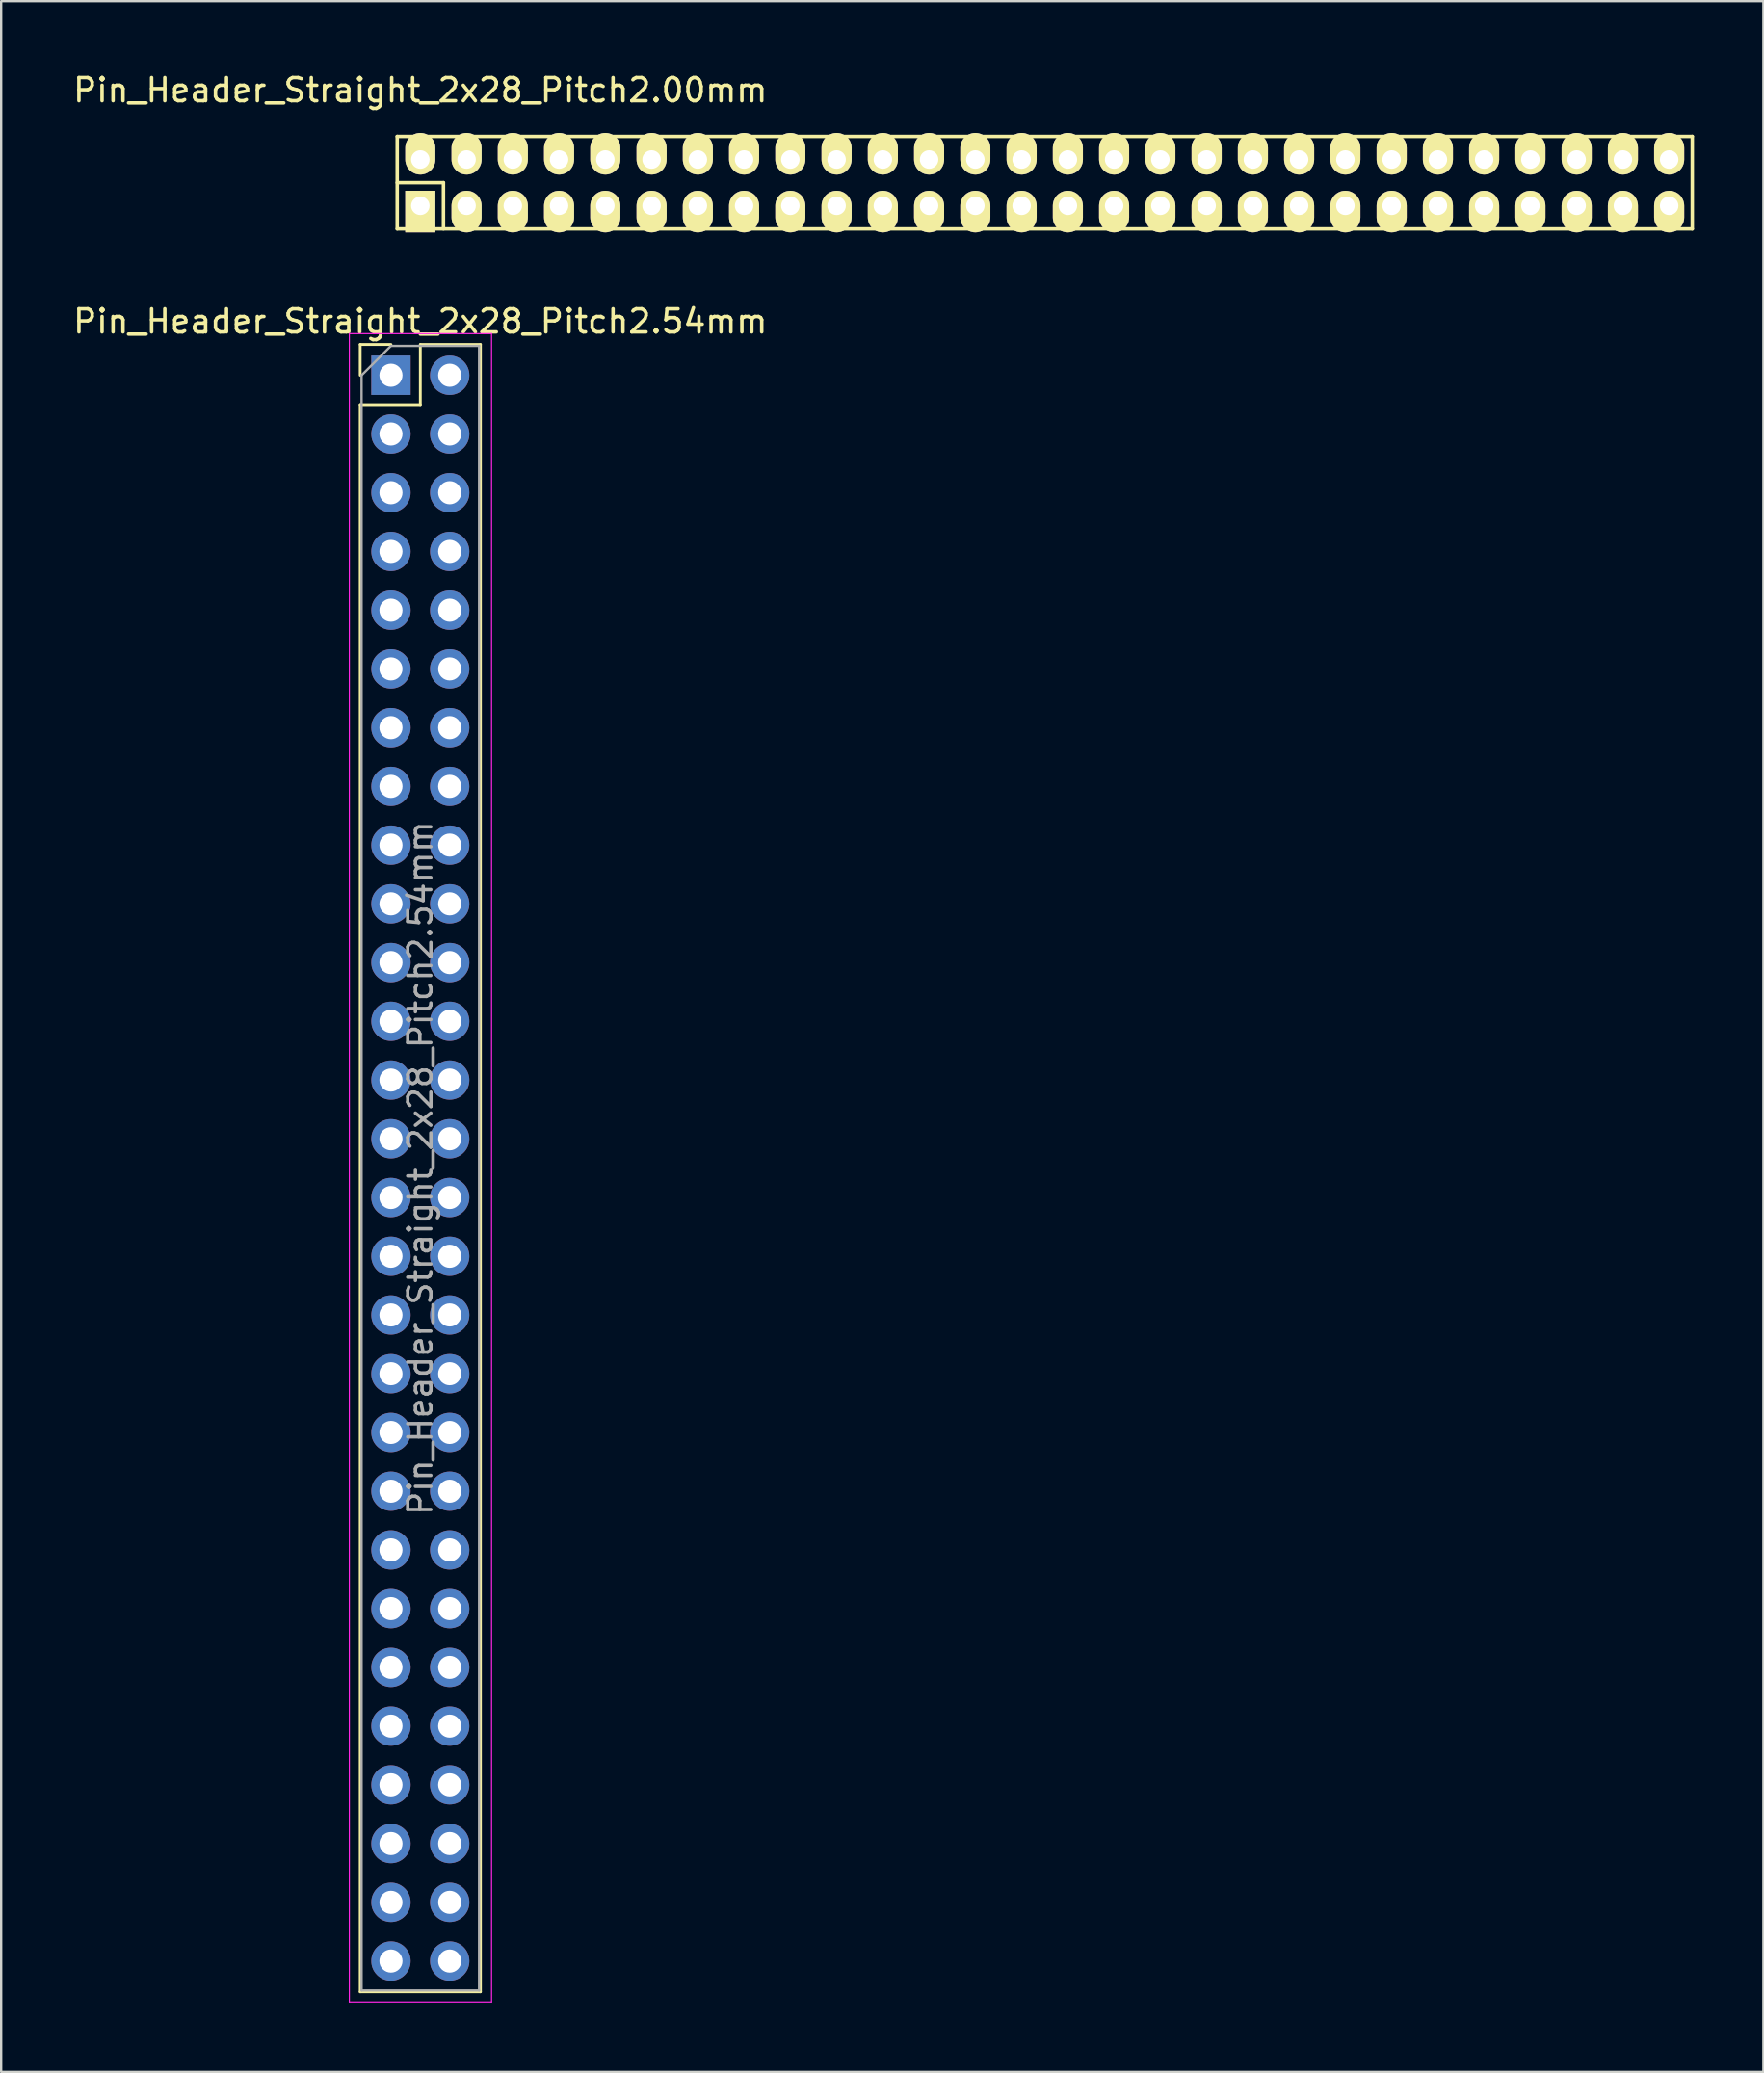
<source format=kicad_pcb>
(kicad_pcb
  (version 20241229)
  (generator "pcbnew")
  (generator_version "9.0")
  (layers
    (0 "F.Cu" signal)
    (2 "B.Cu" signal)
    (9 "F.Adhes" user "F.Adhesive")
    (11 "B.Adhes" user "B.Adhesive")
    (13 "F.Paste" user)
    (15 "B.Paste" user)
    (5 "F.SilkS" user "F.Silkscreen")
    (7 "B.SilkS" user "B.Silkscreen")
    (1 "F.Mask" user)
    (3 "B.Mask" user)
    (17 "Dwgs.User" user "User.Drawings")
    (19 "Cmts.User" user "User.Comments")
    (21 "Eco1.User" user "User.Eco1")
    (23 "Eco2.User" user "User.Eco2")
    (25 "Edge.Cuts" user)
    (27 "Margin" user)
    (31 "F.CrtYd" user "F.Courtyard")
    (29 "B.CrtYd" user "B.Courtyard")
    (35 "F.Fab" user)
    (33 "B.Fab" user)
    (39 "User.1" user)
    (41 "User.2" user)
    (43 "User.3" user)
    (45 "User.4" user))
  (footprint "Pin_Header_Straight_2x28_Pitch2.54mm"
    (layer "F.Cu")
    (at 13.855 13.177)
    (property "Reference" "Pin_Header_Straight_2x28_Pitch2.54mm" (at 1.27 -2.33 0) (layer "F.SilkS") (effects (font (size 1 1) (thickness 0.15))))
    (attr through_hole)
    (fp_line (start -1.33 -1.33) (end 0 -1.33) (stroke (width 0.12) (type solid)) (layer "F.SilkS"))
    (fp_line (start -1.33 0) (end -1.33 -1.33) (stroke (width 0.12) (type solid)) (layer "F.SilkS"))
    (fp_line (start -1.33 1.27) (end -1.33 69.91) (stroke (width 0.12) (type solid)) (layer "F.SilkS"))
    (fp_line (start -1.33 69.91) (end 3.87 69.91) (stroke (width 0.12) (type solid)) (layer "F.SilkS"))
    (fp_line (start 1.27 -1.33) (end 1.27 1.27) (stroke (width 0.12) (type solid)) (layer "F.SilkS"))
    (fp_line (start 1.27 1.27) (end -1.33 1.27) (stroke (width 0.12) (type solid)) (layer "F.SilkS"))
    (fp_line (start 3.87 -1.33) (end 1.27 -1.33) (stroke (width 0.12) (type solid)) (layer "F.SilkS"))
    (fp_line (start 3.87 69.91) (end 3.87 -1.33) (stroke (width 0.12) (type solid)) (layer "F.SilkS"))
    (fp_line (start -1.8 -1.8) (end -1.8 70.35) (stroke (width 0.05) (type solid)) (layer "F.CrtYd"))
    (fp_line (start -1.8 70.35) (end 4.35 70.35) (stroke (width 0.05) (type solid)) (layer "F.CrtYd"))
    (fp_line (start 4.35 -1.8) (end -1.8 -1.8) (stroke (width 0.05) (type solid)) (layer "F.CrtYd"))
    (fp_line (start 4.35 70.35) (end 4.35 -1.8) (stroke (width 0.05) (type solid)) (layer "F.CrtYd"))
    (fp_line (start -1.27 0) (end 0 -1.27) (stroke (width 0.1) (type solid)) (layer "F.Fab"))
    (fp_line (start -1.27 69.85) (end -1.27 0) (stroke (width 0.1) (type solid)) (layer "F.Fab"))
    (fp_line (start 0 -1.27) (end 3.81 -1.27) (stroke (width 0.1) (type solid)) (layer "F.Fab"))
    (fp_line (start 3.81 -1.27) (end 3.81 69.85) (stroke (width 0.1) (type solid)) (layer "F.Fab"))
    (fp_line (start 3.81 69.85) (end -1.27 69.85) (stroke (width 0.1) (type solid)) (layer "F.Fab"))
    (fp_text user "${REFERENCE}" (at 1.27 34.29 90) (layer "F.Fab") (effects (font (size 1 1) (thickness 0.15))))
    (pad "1" thru_hole rect (at 0 0) (size 1.7 1.7) (drill 1) (layers "*.Cu" "*.Mask"))
    (pad "2" thru_hole oval (at 2.54 0) (size 1.7 1.7) (drill 1) (layers "*.Cu" "*.Mask"))
    (pad "3" thru_hole oval (at 0 2.54) (size 1.7 1.7) (drill 1) (layers "*.Cu" "*.Mask"))
    (pad "4" thru_hole oval (at 2.54 2.54) (size 1.7 1.7) (drill 1) (layers "*.Cu" "*.Mask"))
    (pad "5" thru_hole oval (at 0 5.08) (size 1.7 1.7) (drill 1) (layers "*.Cu" "*.Mask"))
    (pad "6" thru_hole oval (at 2.54 5.08) (size 1.7 1.7) (drill 1) (layers "*.Cu" "*.Mask"))
    (pad "7" thru_hole oval (at 0 7.62) (size 1.7 1.7) (drill 1) (layers "*.Cu" "*.Mask"))
    (pad "8" thru_hole oval (at 2.54 7.62) (size 1.7 1.7) (drill 1) (layers "*.Cu" "*.Mask"))
    (pad "9" thru_hole oval (at 0 10.16) (size 1.7 1.7) (drill 1) (layers "*.Cu" "*.Mask"))
    (pad "10" thru_hole oval (at 2.54 10.16) (size 1.7 1.7) (drill 1) (layers "*.Cu" "*.Mask"))
    (pad "11" thru_hole oval (at 0 12.7) (size 1.7 1.7) (drill 1) (layers "*.Cu" "*.Mask"))
    (pad "12" thru_hole oval (at 2.54 12.7) (size 1.7 1.7) (drill 1) (layers "*.Cu" "*.Mask"))
    (pad "13" thru_hole oval (at 0 15.24) (size 1.7 1.7) (drill 1) (layers "*.Cu" "*.Mask"))
    (pad "14" thru_hole oval (at 2.54 15.24) (size 1.7 1.7) (drill 1) (layers "*.Cu" "*.Mask"))
    (pad "15" thru_hole oval (at 0 17.78) (size 1.7 1.7) (drill 1) (layers "*.Cu" "*.Mask"))
    (pad "16" thru_hole oval (at 2.54 17.78) (size 1.7 1.7) (drill 1) (layers "*.Cu" "*.Mask"))
    (pad "17" thru_hole oval (at 0 20.32) (size 1.7 1.7) (drill 1) (layers "*.Cu" "*.Mask"))
    (pad "18" thru_hole oval (at 2.54 20.32) (size 1.7 1.7) (drill 1) (layers "*.Cu" "*.Mask"))
    (pad "19" thru_hole oval (at 0 22.86) (size 1.7 1.7) (drill 1) (layers "*.Cu" "*.Mask"))
    (pad "20" thru_hole oval (at 2.54 22.86) (size 1.7 1.7) (drill 1) (layers "*.Cu" "*.Mask"))
    (pad "21" thru_hole oval (at 0 25.4) (size 1.7 1.7) (drill 1) (layers "*.Cu" "*.Mask"))
    (pad "22" thru_hole oval (at 2.54 25.4) (size 1.7 1.7) (drill 1) (layers "*.Cu" "*.Mask"))
    (pad "23" thru_hole oval (at 0 27.94) (size 1.7 1.7) (drill 1) (layers "*.Cu" "*.Mask"))
    (pad "24" thru_hole oval (at 2.54 27.94) (size 1.7 1.7) (drill 1) (layers "*.Cu" "*.Mask"))
    (pad "25" thru_hole oval (at 0 30.48) (size 1.7 1.7) (drill 1) (layers "*.Cu" "*.Mask"))
    (pad "26" thru_hole oval (at 2.54 30.48) (size 1.7 1.7) (drill 1) (layers "*.Cu" "*.Mask"))
    (pad "27" thru_hole oval (at 0 33.02) (size 1.7 1.7) (drill 1) (layers "*.Cu" "*.Mask"))
    (pad "28" thru_hole oval (at 2.54 33.02) (size 1.7 1.7) (drill 1) (layers "*.Cu" "*.Mask"))
    (pad "29" thru_hole oval (at 0 35.56) (size 1.7 1.7) (drill 1) (layers "*.Cu" "*.Mask"))
    (pad "30" thru_hole oval (at 2.54 35.56) (size 1.7 1.7) (drill 1) (layers "*.Cu" "*.Mask"))
    (pad "31" thru_hole oval (at 0 38.1) (size 1.7 1.7) (drill 1) (layers "*.Cu" "*.Mask"))
    (pad "32" thru_hole oval (at 2.54 38.1) (size 1.7 1.7) (drill 1) (layers "*.Cu" "*.Mask"))
    (pad "33" thru_hole oval (at 0 40.64) (size 1.7 1.7) (drill 1) (layers "*.Cu" "*.Mask"))
    (pad "34" thru_hole oval (at 2.54 40.64) (size 1.7 1.7) (drill 1) (layers "*.Cu" "*.Mask"))
    (pad "35" thru_hole oval (at 0 43.18) (size 1.7 1.7) (drill 1) (layers "*.Cu" "*.Mask"))
    (pad "36" thru_hole oval (at 2.54 43.18) (size 1.7 1.7) (drill 1) (layers "*.Cu" "*.Mask"))
    (pad "37" thru_hole oval (at 0 45.72) (size 1.7 1.7) (drill 1) (layers "*.Cu" "*.Mask"))
    (pad "38" thru_hole oval (at 2.54 45.72) (size 1.7 1.7) (drill 1) (layers "*.Cu" "*.Mask"))
    (pad "39" thru_hole oval (at 0 48.26) (size 1.7 1.7) (drill 1) (layers "*.Cu" "*.Mask"))
    (pad "40" thru_hole oval (at 2.54 48.26) (size 1.7 1.7) (drill 1) (layers "*.Cu" "*.Mask"))
    (pad "41" thru_hole oval (at 0 50.8) (size 1.7 1.7) (drill 1) (layers "*.Cu" "*.Mask"))
    (pad "42" thru_hole oval (at 2.54 50.8) (size 1.7 1.7) (drill 1) (layers "*.Cu" "*.Mask"))
    (pad "43" thru_hole oval (at 0 53.34) (size 1.7 1.7) (drill 1) (layers "*.Cu" "*.Mask"))
    (pad "44" thru_hole oval (at 2.54 53.34) (size 1.7 1.7) (drill 1) (layers "*.Cu" "*.Mask"))
    (pad "45" thru_hole oval (at 0 55.88) (size 1.7 1.7) (drill 1) (layers "*.Cu" "*.Mask"))
    (pad "46" thru_hole oval (at 2.54 55.88) (size 1.7 1.7) (drill 1) (layers "*.Cu" "*.Mask"))
    (pad "47" thru_hole oval (at 0 58.42) (size 1.7 1.7) (drill 1) (layers "*.Cu" "*.Mask"))
    (pad "48" thru_hole oval (at 2.54 58.42) (size 1.7 1.7) (drill 1) (layers "*.Cu" "*.Mask"))
    (pad "49" thru_hole oval (at 0 60.96) (size 1.7 1.7) (drill 1) (layers "*.Cu" "*.Mask"))
    (pad "50" thru_hole oval (at 2.54 60.96) (size 1.7 1.7) (drill 1) (layers "*.Cu" "*.Mask"))
    (pad "51" thru_hole oval (at 0 63.5) (size 1.7 1.7) (drill 1) (layers "*.Cu" "*.Mask"))
    (pad "52" thru_hole oval (at 2.54 63.5) (size 1.7 1.7) (drill 1) (layers "*.Cu" "*.Mask"))
    (pad "53" thru_hole oval (at 0 66.04) (size 1.7 1.7) (drill 1) (layers "*.Cu" "*.Mask"))
    (pad "54" thru_hole oval (at 2.54 66.04) (size 1.7 1.7) (drill 1) (layers "*.Cu" "*.Mask"))
    (pad "55" thru_hole oval (at 0 68.58) (size 1.7 1.7) (drill 1) (layers "*.Cu" "*.Mask"))
    (pad "56" thru_hole oval (at 2.54 68.58) (size 1.7 1.7) (drill 1) (layers "*.Cu" "*.Mask")))
  (footprint "Pin_Header_Straight_2x28_Pitch2.00mm"
    (layer "F.Cu")
    (at 15.125 5.848)
    (property "Reference" "Pin_Header_Straight_2x28_Pitch2.00mm" (at 0 -5 0) (layer "F.SilkS") (effects (font (size 1 1) (thickness 0.15))))
    (attr through_hole)
    (fp_line (start -1 -3) (end 55 -3) (stroke (width 0.15) (type solid)) (layer "F.SilkS"))
    (fp_line (start -1 -1) (end 1 -1) (stroke (width 0.15) (type solid)) (layer "F.SilkS"))
    (fp_line (start -1 1) (end -1 -3) (stroke (width 0.15) (type solid)) (layer "F.SilkS"))
    (fp_line (start 1 -1) (end 1 1) (stroke (width 0.15) (type solid)) (layer "F.SilkS"))
    (fp_line (start 55 -3) (end 55 1) (stroke (width 0.15) (type solid)) (layer "F.SilkS"))
    (fp_line (start 55 1) (end -1 1) (stroke (width 0.15) (type solid)) (layer "F.SilkS"))
    (pad "1" thru_hole rect (at 0 0) (size 1.3 1.8) (drill 0.8 (offset 0 0.25)) (layers "*.Cu" "*.Mask" "F.SilkS"))
    (pad "2" thru_hole oval (at 0 -2) (size 1.3 1.8) (drill 0.8 (offset 0 -0.25)) (layers "*.Cu" "*.Mask" "F.SilkS"))
    (pad "3" thru_hole oval (at 2 0) (size 1.3 1.8) (drill 0.8 (offset 0 0.25)) (layers "*.Cu" "*.Mask" "F.SilkS"))
    (pad "4" thru_hole oval (at 2 -2) (size 1.3 1.8) (drill 0.8 (offset 0 -0.25)) (layers "*.Cu" "*.Mask" "F.SilkS"))
    (pad "5" thru_hole oval (at 4 0) (size 1.3 1.8) (drill 0.8 (offset 0 0.25)) (layers "*.Cu" "*.Mask" "F.SilkS"))
    (pad "6" thru_hole oval (at 4 -2) (size 1.3 1.8) (drill 0.8 (offset 0 -0.25)) (layers "*.Cu" "*.Mask" "F.SilkS"))
    (pad "7" thru_hole oval (at 6 0) (size 1.3 1.8) (drill 0.8 (offset 0 0.25)) (layers "*.Cu" "*.Mask" "F.SilkS"))
    (pad "8" thru_hole oval (at 6 -2) (size 1.3 1.8) (drill 0.8 (offset 0 -0.25)) (layers "*.Cu" "*.Mask" "F.SilkS"))
    (pad "9" thru_hole oval (at 8 0) (size 1.3 1.8) (drill 0.8 (offset 0 0.25)) (layers "*.Cu" "*.Mask" "F.SilkS"))
    (pad "10" thru_hole oval (at 8 -2) (size 1.3 1.8) (drill 0.8 (offset 0 -0.25)) (layers "*.Cu" "*.Mask" "F.SilkS"))
    (pad "11" thru_hole oval (at 10 0) (size 1.3 1.8) (drill 0.8 (offset 0 0.25)) (layers "*.Cu" "*.Mask" "F.SilkS"))
    (pad "12" thru_hole oval (at 10 -2) (size 1.3 1.8) (drill 0.8 (offset 0 -0.25)) (layers "*.Cu" "*.Mask" "F.SilkS"))
    (pad "13" thru_hole oval (at 12 0) (size 1.3 1.8) (drill 0.8 (offset 0 0.25)) (layers "*.Cu" "*.Mask" "F.SilkS"))
    (pad "14" thru_hole oval (at 12 -2) (size 1.3 1.8) (drill 0.8 (offset 0 -0.25)) (layers "*.Cu" "*.Mask" "F.SilkS"))
    (pad "15" thru_hole oval (at 14 0) (size 1.3 1.8) (drill 0.8 (offset 0 0.25)) (layers "*.Cu" "*.Mask" "F.SilkS"))
    (pad "16" thru_hole oval (at 14 -2) (size 1.3 1.8) (drill 0.8 (offset 0 -0.25)) (layers "*.Cu" "*.Mask" "F.SilkS"))
    (pad "17" thru_hole oval (at 16 0) (size 1.3 1.8) (drill 0.8 (offset 0 0.25)) (layers "*.Cu" "*.Mask" "F.SilkS"))
    (pad "18" thru_hole oval (at 16 -2) (size 1.3 1.8) (drill 0.8 (offset 0 -0.25)) (layers "*.Cu" "*.Mask" "F.SilkS"))
    (pad "19" thru_hole oval (at 18 0) (size 1.3 1.8) (drill 0.8 (offset 0 0.25)) (layers "*.Cu" "*.Mask" "F.SilkS"))
    (pad "20" thru_hole oval (at 18 -2) (size 1.3 1.8) (drill 0.8 (offset 0 -0.25)) (layers "*.Cu" "*.Mask" "F.SilkS"))
    (pad "21" thru_hole oval (at 20 0) (size 1.3 1.8) (drill 0.8 (offset 0 0.25)) (layers "*.Cu" "*.Mask" "F.SilkS"))
    (pad "22" thru_hole oval (at 20 -2) (size 1.3 1.8) (drill 0.8 (offset 0 -0.25)) (layers "*.Cu" "*.Mask" "F.SilkS"))
    (pad "23" thru_hole oval (at 22 0) (size 1.3 1.8) (drill 0.8 (offset 0 0.25)) (layers "*.Cu" "*.Mask" "F.SilkS"))
    (pad "24" thru_hole oval (at 22 -2) (size 1.3 1.8) (drill 0.8 (offset 0 -0.25)) (layers "*.Cu" "*.Mask" "F.SilkS"))
    (pad "25" thru_hole oval (at 24 0) (size 1.3 1.8) (drill 0.8 (offset 0 0.25)) (layers "*.Cu" "*.Mask" "F.SilkS"))
    (pad "26" thru_hole oval (at 24 -2) (size 1.3 1.8) (drill 0.8 (offset 0 -0.25)) (layers "*.Cu" "*.Mask" "F.SilkS"))
    (pad "27" thru_hole oval (at 26 0) (size 1.3 1.8) (drill 0.8 (offset 0 0.25)) (layers "*.Cu" "*.Mask" "F.SilkS"))
    (pad "28" thru_hole oval (at 26 -2) (size 1.3 1.8) (drill 0.8 (offset 0 -0.25)) (layers "*.Cu" "*.Mask" "F.SilkS"))
    (pad "29" thru_hole oval (at 28 0) (size 1.3 1.8) (drill 0.8 (offset 0 0.25)) (layers "*.Cu" "*.Mask" "F.SilkS"))
    (pad "30" thru_hole oval (at 28 -2) (size 1.3 1.8) (drill 0.8 (offset 0 -0.25)) (layers "*.Cu" "*.Mask" "F.SilkS"))
    (pad "31" thru_hole oval (at 30 0) (size 1.3 1.8) (drill 0.8 (offset 0 0.25)) (layers "*.Cu" "*.Mask" "F.SilkS"))
    (pad "32" thru_hole oval (at 30 -2) (size 1.3 1.8) (drill 0.8 (offset 0 -0.25)) (layers "*.Cu" "*.Mask" "F.SilkS"))
    (pad "33" thru_hole oval (at 32 0) (size 1.3 1.8) (drill 0.8 (offset 0 0.25)) (layers "*.Cu" "*.Mask" "F.SilkS"))
    (pad "34" thru_hole oval (at 32 -2) (size 1.3 1.8) (drill 0.8 (offset 0 -0.25)) (layers "*.Cu" "*.Mask" "F.SilkS"))
    (pad "35" thru_hole oval (at 34 0) (size 1.3 1.8) (drill 0.8 (offset 0 0.25)) (layers "*.Cu" "*.Mask" "F.SilkS"))
    (pad "36" thru_hole oval (at 34 -2) (size 1.3 1.8) (drill 0.8 (offset 0 -0.25)) (layers "*.Cu" "*.Mask" "F.SilkS"))
    (pad "37" thru_hole oval (at 36 0) (size 1.3 1.8) (drill 0.8 (offset 0 0.25)) (layers "*.Cu" "*.Mask" "F.SilkS"))
    (pad "38" thru_hole oval (at 36 -2) (size 1.3 1.8) (drill 0.8 (offset 0 -0.25)) (layers "*.Cu" "*.Mask" "F.SilkS"))
    (pad "39" thru_hole oval (at 38 0) (size 1.3 1.8) (drill 0.8 (offset 0 0.25)) (layers "*.Cu" "*.Mask" "F.SilkS"))
    (pad "40" thru_hole oval (at 38 -2) (size 1.3 1.8) (drill 0.8 (offset 0 -0.25)) (layers "*.Cu" "*.Mask" "F.SilkS"))
    (pad "41" thru_hole oval (at 40 0) (size 1.3 1.8) (drill 0.8 (offset 0 0.25)) (layers "*.Cu" "*.Mask" "F.SilkS"))
    (pad "42" thru_hole oval (at 40 -2) (size 1.3 1.8) (drill 0.8 (offset 0 -0.25)) (layers "*.Cu" "*.Mask" "F.SilkS"))
    (pad "43" thru_hole oval (at 42 0) (size 1.3 1.8) (drill 0.8 (offset 0 0.25)) (layers "*.Cu" "*.Mask" "F.SilkS"))
    (pad "44" thru_hole oval (at 42 -2) (size 1.3 1.8) (drill 0.8 (offset 0 -0.25)) (layers "*.Cu" "*.Mask" "F.SilkS"))
    (pad "45" thru_hole oval (at 44 0) (size 1.3 1.8) (drill 0.8 (offset 0 0.25)) (layers "*.Cu" "*.Mask" "F.SilkS"))
    (pad "46" thru_hole oval (at 44 -2) (size 1.3 1.8) (drill 0.8 (offset 0 -0.25)) (layers "*.Cu" "*.Mask" "F.SilkS"))
    (pad "47" thru_hole oval (at 46 0) (size 1.3 1.8) (drill 0.8 (offset 0 0.25)) (layers "*.Cu" "*.Mask" "F.SilkS"))
    (pad "48" thru_hole oval (at 46 -2) (size 1.3 1.8) (drill 0.8 (offset 0 -0.25)) (layers "*.Cu" "*.Mask" "F.SilkS"))
    (pad "49" thru_hole oval (at 48 0) (size 1.3 1.8) (drill 0.8 (offset 0 0.25)) (layers "*.Cu" "*.Mask" "F.SilkS"))
    (pad "50" thru_hole oval (at 48 -2) (size 1.3 1.8) (drill 0.8 (offset 0 -0.25)) (layers "*.Cu" "*.Mask" "F.SilkS"))
    (pad "51" thru_hole oval (at 50 0) (size 1.3 1.8) (drill 0.8 (offset 0 0.25)) (layers "*.Cu" "*.Mask" "F.SilkS"))
    (pad "52" thru_hole oval (at 50 -2) (size 1.3 1.8) (drill 0.8 (offset 0 -0.25)) (layers "*.Cu" "*.Mask" "F.SilkS"))
    (pad "53" thru_hole oval (at 52 0) (size 1.3 1.8) (drill 0.8 (offset 0 0.25)) (layers "*.Cu" "*.Mask" "F.SilkS"))
    (pad "54" thru_hole oval (at 52 -2) (size 1.3 1.8) (drill 0.8 (offset 0 -0.25)) (layers "*.Cu" "*.Mask" "F.SilkS"))
    (pad "55" thru_hole oval (at 54 0) (size 1.3 1.8) (drill 0.8 (offset 0 0.25)) (layers "*.Cu" "*.Mask" "F.SilkS"))
    (pad "56" thru_hole oval (at 54 -2) (size 1.3 1.8) (drill 0.8 (offset 0 -0.25)) (layers "*.Cu" "*.Mask" "F.SilkS")))
  (gr_rect
    (start -3 -3)
    (end 73.2 86.552)
    (stroke (width 0.1) (type default))
    (fill no)
    (layer "Edge.Cuts")))
</source>
